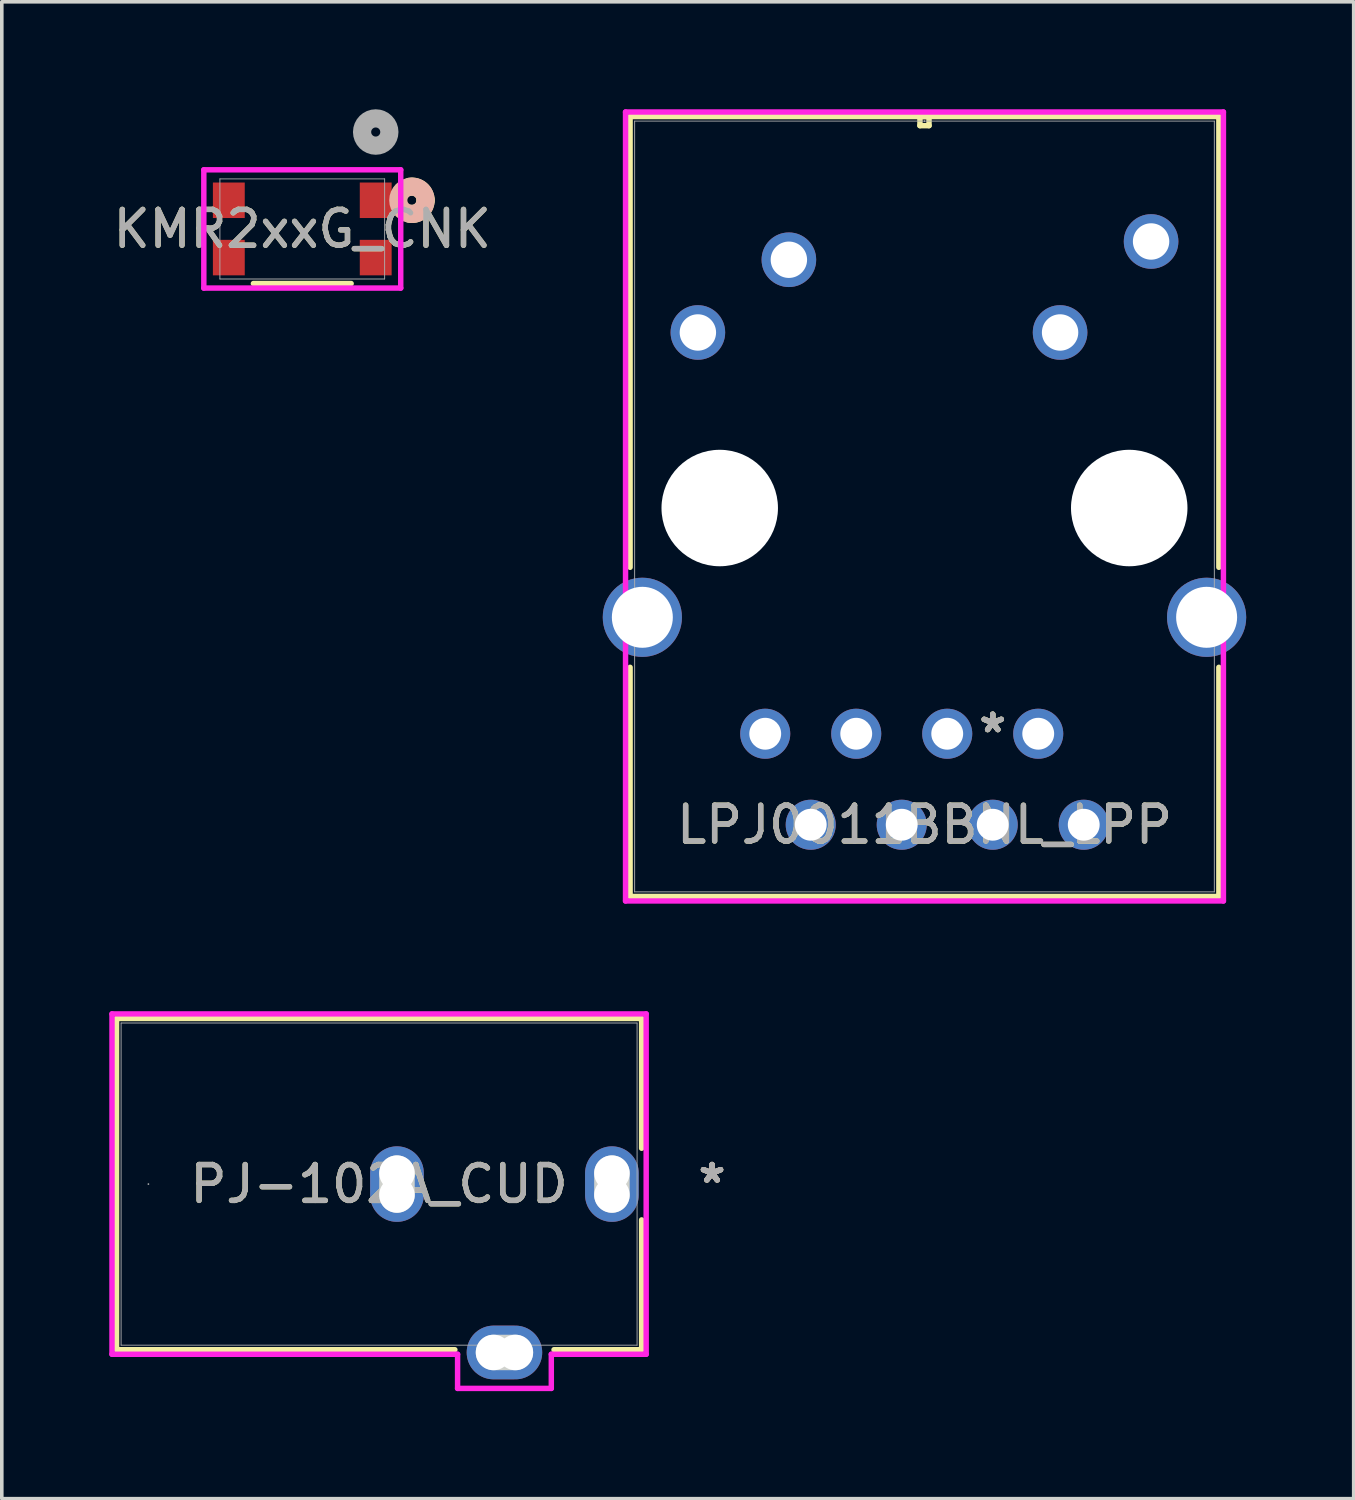
<source format=kicad_pcb>
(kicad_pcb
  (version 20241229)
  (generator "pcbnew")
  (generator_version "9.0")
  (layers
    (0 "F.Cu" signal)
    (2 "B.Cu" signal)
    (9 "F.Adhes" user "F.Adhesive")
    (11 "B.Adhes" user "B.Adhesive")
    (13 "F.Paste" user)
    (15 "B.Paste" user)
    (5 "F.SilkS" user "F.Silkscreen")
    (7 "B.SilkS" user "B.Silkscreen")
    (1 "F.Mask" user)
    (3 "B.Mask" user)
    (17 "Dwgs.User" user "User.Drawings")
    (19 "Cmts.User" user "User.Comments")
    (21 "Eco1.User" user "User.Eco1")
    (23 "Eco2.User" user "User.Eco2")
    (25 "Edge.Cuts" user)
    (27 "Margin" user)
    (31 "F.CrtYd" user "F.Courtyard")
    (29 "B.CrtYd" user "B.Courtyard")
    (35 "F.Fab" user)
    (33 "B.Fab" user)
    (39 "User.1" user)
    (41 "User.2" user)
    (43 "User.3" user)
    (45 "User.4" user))
  (footprint "KMR2xxG_CNK"
    (layer "F.Cu")
    (at 5.387 3.34)
    (property "Reference" "KMR2xxG_CNK" (at 0 0 0) (unlocked yes) (layer "F.SilkS") (effects (font (size 1 1) (thickness 0.15))))
    (attr smd)
    (fp_line (start -1.364 1.524) (end 1.364 1.524) (stroke (width 0.152) (type solid)) (layer "F.SilkS"))
    (fp_arc (start 3.005038 -1.176912) (mid 3.309652 -1.088417) (end 3.4417 -0.8) (stroke (width 0.508) (type solid)) (layer "F.SilkS"))
    (fp_arc (start 3.4417 -0.8) (mid 3.309652 -0.511584) (end 3.005038 -0.423088) (stroke (width 0.508) (type solid)) (layer "F.SilkS"))
    (fp_circle (center 3.061 -0.8) (end 3.442 -0.8) (stroke (width 0.508) (type solid)) (fill no) (layer "B.SilkS"))
    (fp_line (start -2.748 -1.65) (end -2.748 1.651) (stroke (width 0.152) (type solid)) (layer "F.CrtYd"))
    (fp_line (start -2.748 1.651) (end 2.748 1.651) (stroke (width 0.152) (type solid)) (layer "F.CrtYd"))
    (fp_line (start 2.748 -1.65) (end -2.748 -1.65) (stroke (width 0.152) (type solid)) (layer "F.CrtYd"))
    (fp_line (start 2.748 1.651) (end 2.748 -1.65) (stroke (width 0.152) (type solid)) (layer "F.CrtYd"))
    (fp_line (start -2.299 -1.397) (end -2.299 1.397) (stroke (width 0.025) (type solid)) (layer "F.Fab"))
    (fp_line (start -2.299 1.397) (end 2.299 1.397) (stroke (width 0.025) (type solid)) (layer "F.Fab"))
    (fp_line (start 2.299 -1.397) (end -2.299 -1.397) (stroke (width 0.025) (type solid)) (layer "F.Fab"))
    (fp_line (start 2.299 1.397) (end 2.299 -1.397) (stroke (width 0.025) (type solid)) (layer "F.Fab"))
    (fp_circle (center 2.05 -2.705) (end 2.431 -2.705) (stroke (width 0.508) (type solid)) (fill no) (layer "F.Fab"))
    (fp_text user "${REFERENCE}" (at 0 0 0) (unlocked yes) (layer "F.Fab") (effects (font (size 1 1) (thickness 0.15))))
    (pad "1" smd rect (at 2.05 -0.8) (size 0.889 0.991) (layers "F.Cu" "F.Mask" "F.Paste"))
    (pad "2" smd rect (at -2.05 -0.8) (size 0.889 0.991) (layers "F.Cu" "F.Mask" "F.Paste"))
    (pad "3" smd rect (at -2.05 0.8) (size 0.889 0.991) (layers "F.Cu" "F.Mask" "F.Paste"))
    (pad "4" smd rect (at 2.05 0.8) (size 0.889 0.991) (layers "F.Cu" "F.Mask" "F.Paste")))
  (footprint "LPJ0011BBNL_LPP"
    (layer "F.Cu")
    (at 27.199 19.97)
    (property "Reference" "LPJ0011BBNL_LPP" (at -4.445 0 0) (unlocked yes) (layer "F.SilkS") (effects (font (size 1 1) (thickness 0.15))))
    (attr through_hole)
    (fp_line (start -12.662 -19.767) (end -12.662 -7.186) (stroke (width 0.152) (type solid)) (layer "F.SilkS"))
    (fp_line (start -12.662 -4.394) (end -12.662 2.001) (stroke (width 0.152) (type solid)) (layer "F.SilkS"))
    (fp_line (start -12.662 2.001) (end 3.772 2.001) (stroke (width 0.152) (type solid)) (layer "F.SilkS"))
    (fp_line (start -4.572 -19.767) (end -4.572 -19.513) (stroke (width 0.152) (type solid)) (layer "F.SilkS"))
    (fp_line (start -4.572 -19.513) (end -4.318 -19.513) (stroke (width 0.152) (type solid)) (layer "F.SilkS"))
    (fp_line (start -4.318 -19.767) (end -4.572 -19.767) (stroke (width 0.152) (type solid)) (layer "F.SilkS"))
    (fp_line (start -4.318 -19.513) (end -4.318 -19.767) (stroke (width 0.152) (type solid)) (layer "F.SilkS"))
    (fp_line (start 3.772 -19.767) (end -12.662 -19.767) (stroke (width 0.152) (type solid)) (layer "F.SilkS"))
    (fp_line (start 3.772 -7.186) (end 3.772 -19.767) (stroke (width 0.152) (type solid)) (layer "F.SilkS"))
    (fp_line (start 3.772 2.001) (end 3.772 -4.394) (stroke (width 0.152) (type solid)) (layer "F.SilkS"))
    (fp_line (start -12.789 -19.894) (end -12.789 2.128) (stroke (width 0.152) (type solid)) (layer "F.CrtYd"))
    (fp_line (start -12.789 2.128) (end 3.899 2.128) (stroke (width 0.152) (type solid)) (layer "F.CrtYd"))
    (fp_line (start 3.899 -19.894) (end -12.789 -19.894) (stroke (width 0.152) (type solid)) (layer "F.CrtYd"))
    (fp_line (start 3.899 2.128) (end 3.899 -19.894) (stroke (width 0.152) (type solid)) (layer "F.CrtYd"))
    (fp_line (start -12.535 -19.64) (end -12.535 1.874) (stroke (width 0.025) (type solid)) (layer "F.Fab"))
    (fp_line (start -12.535 1.874) (end 3.645 1.874) (stroke (width 0.025) (type solid)) (layer "F.Fab"))
    (fp_line (start -4.445 -19.64) (end -4.445 -19.64) (stroke (width 0.025) (type solid)) (layer "F.Fab"))
    (fp_line (start -4.445 -19.64) (end -4.445 -19.64) (stroke (width 0.025) (type solid)) (layer "F.Fab"))
    (fp_line (start -4.445 -19.64) (end -4.445 -19.64) (stroke (width 0.025) (type solid)) (layer "F.Fab"))
    (fp_line (start -4.445 -19.64) (end -4.445 -19.64) (stroke (width 0.025) (type solid)) (layer "F.Fab"))
    (fp_line (start 3.645 -19.64) (end -12.535 -19.64) (stroke (width 0.025) (type solid)) (layer "F.Fab"))
    (fp_line (start 3.645 1.874) (end 3.645 -19.64) (stroke (width 0.025) (type solid)) (layer "F.Fab"))
    (fp_text user "*" (at -2.54 -2.54 0) (layer "F.SilkS") (effects (font (size 1 1) (thickness 0.15))))
    (fp_text user "*" (at -2.54 -2.54 0) (unlocked yes) (layer "F.SilkS") (effects (font (size 1 1) (thickness 0.15))))
    (fp_text user "*" (at -2.54 -2.54 0) (layer "F.Fab") (effects (font (size 1 1) (thickness 0.15))))
    (fp_text user "${REFERENCE}" (at -4.445 0 0) (unlocked yes) (layer "F.Fab") (effects (font (size 1 1) (thickness 0.15))))
    (fp_text user "*" (at -2.54 -2.54 0) (unlocked yes) (layer "F.Fab") (effects (font (size 1 1) (thickness 0.15))))
    (pad "" np_thru_hole circle (at -10.16 -8.84) (size 3.251 3.251) (drill 3.251) (layers "*.Cu" "*.Mask"))
    (pad "" np_thru_hole circle (at 1.27 -8.84) (size 3.251 3.251) (drill 3.251) (layers "*.Cu" "*.Mask"))
    (pad "1" thru_hole circle (at 0 0) (size 1.397 1.397) (drill 0.889) (layers "*.Cu" "*.Mask"))
    (pad "2" thru_hole circle (at -1.27 -2.54) (size 1.397 1.397) (drill 0.889) (layers "*.Cu" "*.Mask"))
    (pad "3" thru_hole circle (at -2.54 0) (size 1.397 1.397) (drill 0.889) (layers "*.Cu" "*.Mask"))
    (pad "4" thru_hole circle (at -3.81 -2.54) (size 1.397 1.397) (drill 0.889) (layers "*.Cu" "*.Mask"))
    (pad "5" thru_hole circle (at -5.08 0) (size 1.397 1.397) (drill 0.889) (layers "*.Cu" "*.Mask"))
    (pad "6" thru_hole circle (at -6.35 -2.54) (size 1.397 1.397) (drill 0.889) (layers "*.Cu" "*.Mask"))
    (pad "7" thru_hole circle (at -7.62 0) (size 1.397 1.397) (drill 0.889) (layers "*.Cu" "*.Mask"))
    (pad "8" thru_hole circle (at -8.89 -2.54) (size 1.397 1.397) (drill 0.889) (layers "*.Cu" "*.Mask"))
    (pad "9" thru_hole circle (at 1.88 -16.28) (size 1.524 1.524) (drill 1.016) (layers "*.Cu" "*.Mask"))
    (pad "10" thru_hole circle (at -0.66 -13.74) (size 1.524 1.524) (drill 1.016) (layers "*.Cu" "*.Mask"))
    (pad "11" thru_hole circle (at -8.23 -15.77) (size 1.524 1.524) (drill 1.016) (layers "*.Cu" "*.Mask"))
    (pad "12" thru_hole circle (at -10.77 -13.74) (size 1.524 1.524) (drill 1.016) (layers "*.Cu" "*.Mask"))
    (pad "15" thru_hole circle (at -12.32 -5.79) (size 2.21 2.21) (drill 1.702) (layers "*.Cu" "*.Mask"))
    (pad "16" thru_hole circle (at 3.43 -5.79) (size 2.21 2.21) (drill 1.702) (layers "*.Cu" "*.Mask")))
  (footprint "PJ-102A_CUD"
    (layer "F.Cu")
    (at 14.03 30)
    (property "Reference" "PJ-102A_CUD" (at -6.499 0 0) (unlocked yes) (layer "F.SilkS") (effects (font (size 1 1) (thickness 0.15))))
    (attr through_hole)
    (fp_line (start -13.827 -4.623) (end -13.827 4.623) (stroke (width 0.152) (type solid)) (layer "F.SilkS"))
    (fp_line (start -13.827 4.623) (end -4.384 4.623) (stroke (width 0.152) (type solid)) (layer "F.SilkS"))
    (fp_line (start -1.616 4.623) (end 0.829 4.623) (stroke (width 0.152) (type solid)) (layer "F.SilkS"))
    (fp_line (start 0.829 -4.623) (end -13.827 -4.623) (stroke (width 0.152) (type solid)) (layer "F.SilkS"))
    (fp_line (start 0.829 -1) (end 0.829 -4.623) (stroke (width 0.152) (type solid)) (layer "F.SilkS"))
    (fp_line (start 0.829 4.623) (end 0.829 1) (stroke (width 0.152) (type solid)) (layer "F.SilkS"))
    (fp_line (start -6 0.305) (end -6 -0.305) (stroke (width 0.991) (type solid)) (layer "Edge.Cuts"))
    (fp_line (start -3.305 4.7) (end -2.695 4.7) (stroke (width 0.991) (type solid)) (layer "Edge.Cuts"))
    (fp_line (start 0 0.305) (end 0 -0.305) (stroke (width 0.991) (type solid)) (layer "Edge.Cuts"))
    (fp_line (start -13.954 -4.75) (end -13.954 4.75) (stroke (width 0.152) (type solid)) (layer "F.CrtYd"))
    (fp_line (start -13.954 4.75) (end -4.308 4.75) (stroke (width 0.152) (type solid)) (layer "F.CrtYd"))
    (fp_line (start -4.308 4.75) (end -4.308 5.703) (stroke (width 0.152) (type solid)) (layer "F.CrtYd"))
    (fp_line (start -4.308 5.703) (end -1.692 5.703) (stroke (width 0.152) (type solid)) (layer "F.CrtYd"))
    (fp_line (start -1.692 4.75) (end 0.956 4.75) (stroke (width 0.152) (type solid)) (layer "F.CrtYd"))
    (fp_line (start -1.692 5.703) (end -1.692 4.75) (stroke (width 0.152) (type solid)) (layer "F.CrtYd"))
    (fp_line (start 0.956 -4.75) (end -13.954 -4.75) (stroke (width 0.152) (type solid)) (layer "F.CrtYd"))
    (fp_line (start 0.956 4.75) (end 0.956 -4.75) (stroke (width 0.152) (type solid)) (layer "F.CrtYd"))
    (fp_line (start -13.7 -4.496) (end -13.7 4.496) (stroke (width 0.025) (type solid)) (layer "F.Fab"))
    (fp_line (start -13.7 4.496) (end 0.702 4.496) (stroke (width 0.025) (type solid)) (layer "F.Fab"))
    (fp_line (start 0.702 -4.496) (end -13.7 -4.496) (stroke (width 0.025) (type solid)) (layer "F.Fab"))
    (fp_line (start 0.702 4.496) (end 0.702 -4.496) (stroke (width 0.025) (type solid)) (layer "F.Fab"))
    (fp_circle (center -12.938 0) (end -12.938 0) (stroke (width 0.025) (type solid)) (fill no) (layer "F.Fab"))
    (fp_text user "*" (at 2.794 0 0) (layer "F.SilkS") (effects (font (size 1 1) (thickness 0.15))))
    (fp_text user "*" (at 2.794 0 0) (unlocked yes) (layer "F.SilkS") (effects (font (size 1 1) (thickness 0.15))))
    (fp_text user "*" (at 2.794 0 0) (unlocked yes) (layer "B.SilkS") (effects (font (size 1 1) (thickness 0.15))))
    (fp_text user "*" (at 2.794 0 0) (unlocked yes) (layer "F.Fab") (effects (font (size 1 1) (thickness 0.15))))
    (fp_text user "${REFERENCE}" (at -6.499 0 0) (unlocked yes) (layer "F.Fab") (effects (font (size 1 1) (thickness 0.15))))
    (fp_text user "*" (at 2.794 0 0) (layer "F.Fab") (effects (font (size 1 1) (thickness 0.15))))
    (pad "" np_thru_hole circle (at -6 -0.305) (size 0.991 0.991) (drill 0.991) (layers "*.Cu" "*.Mask"))
    (pad "" np_thru_hole circle (at -6 0.305) (size 0.991 0.991) (drill 0.991) (layers "*.Cu" "*.Mask"))
    (pad "" np_thru_hole circle (at -3.305 4.7) (size 0.991 0.991) (drill 0.991) (layers "*.Cu" "*.Mask"))
    (pad "" np_thru_hole circle (at -2.695 4.7) (size 0.991 0.991) (drill 0.991) (layers "*.Cu" "*.Mask"))
    (pad "" np_thru_hole circle (at 0 -0.305 90) (size 0.991 0.991) (drill 0.991) (layers "*.Cu" "*.Mask"))
    (pad "" np_thru_hole circle (at 0 0.305 90) (size 0.991 0.991) (drill 0.991) (layers "*.Cu" "*.Mask"))
    (pad "1" thru_hole oval (at 0 0 90) (size 2.108 1.499) (drill 0.025) (layers "*.Cu" "*.Mask"))
    (pad "2" thru_hole oval (at -6 0 90) (size 2.108 1.499) (drill 0.025) (layers "*.Cu" "*.Mask"))
    (pad "3" thru_hole oval (at -3 4.7) (size 2.108 1.499) (drill 0.025) (layers "*.Cu" "*.Mask")))
  (gr_rect
    (start -3 -3)
    (end 34.734 38.78)
    (stroke (width 0.1) (type default))
    (fill no)
    (layer "Edge.Cuts")))
</source>
